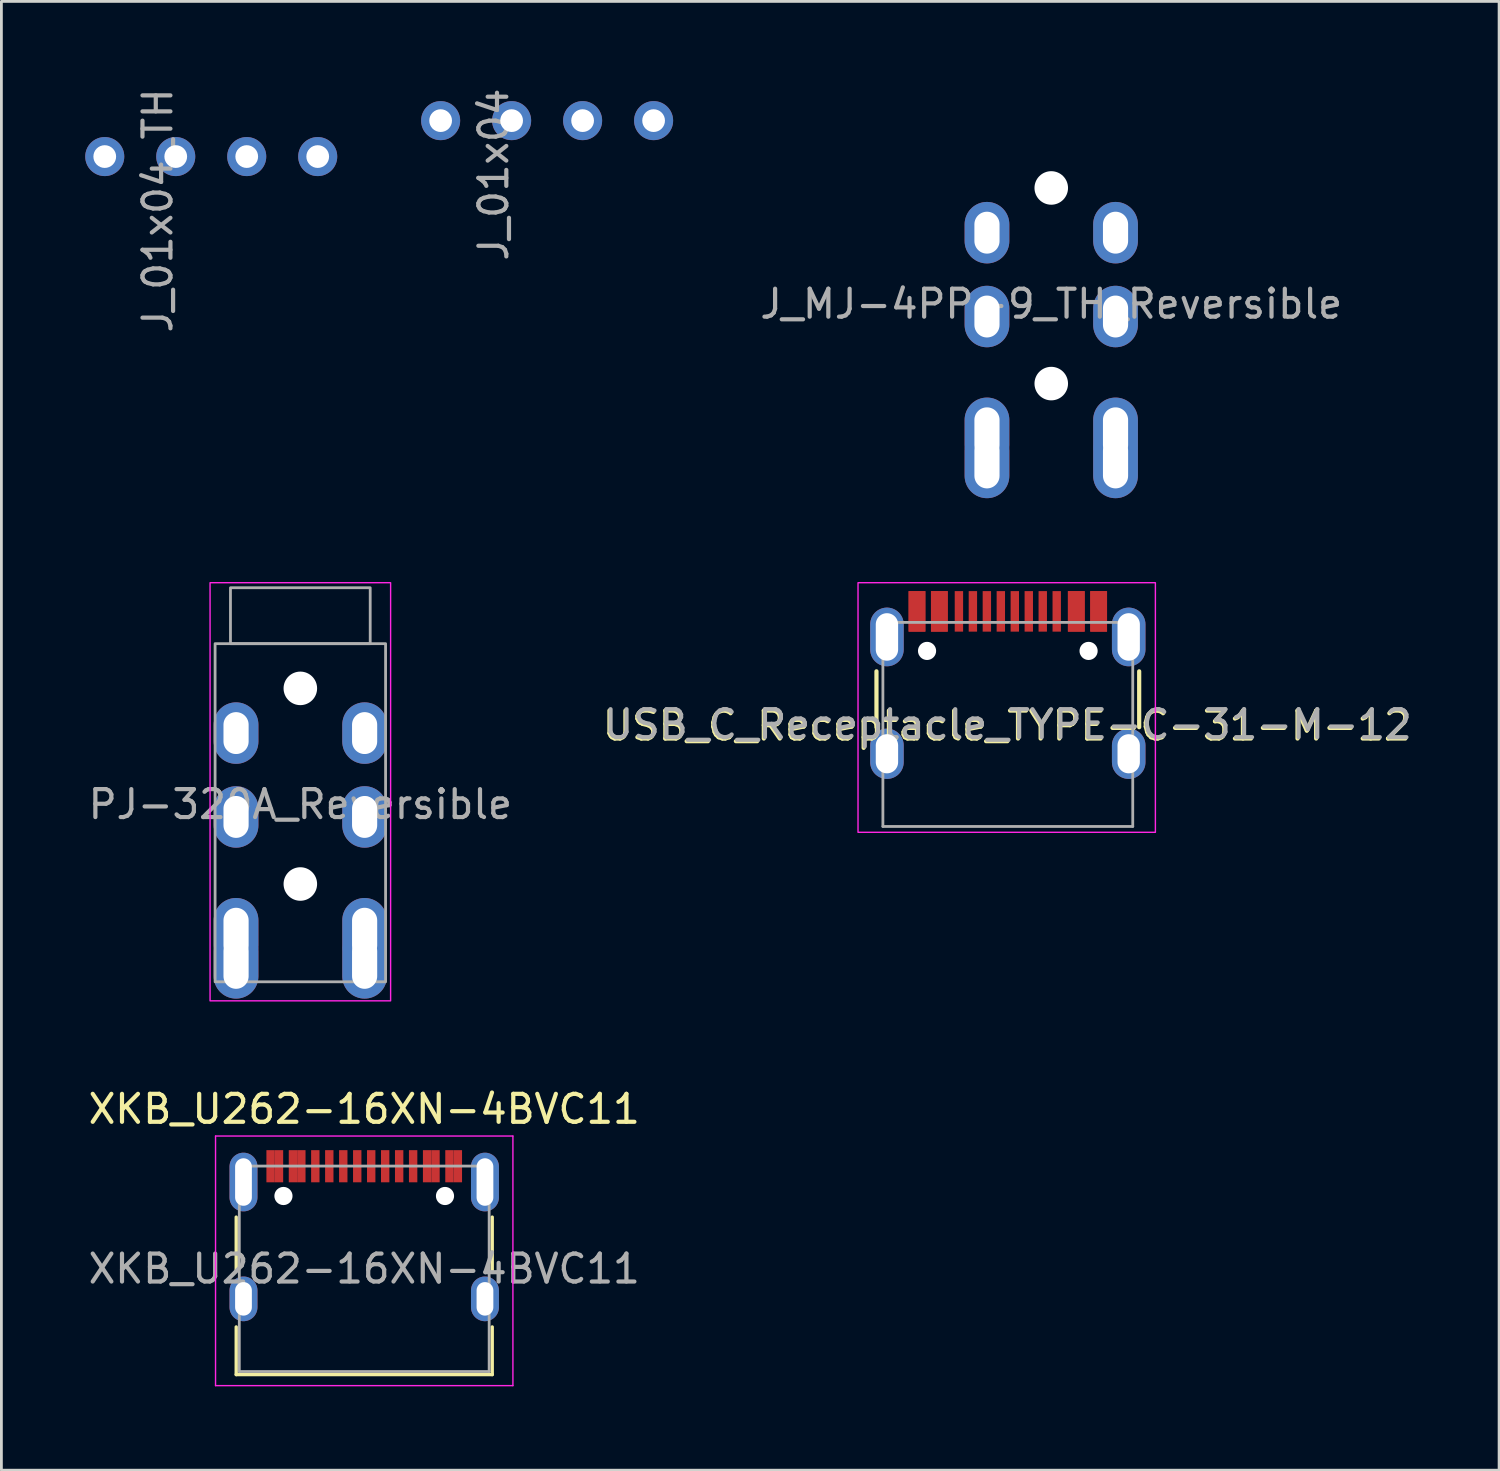
<source format=kicad_pcb>
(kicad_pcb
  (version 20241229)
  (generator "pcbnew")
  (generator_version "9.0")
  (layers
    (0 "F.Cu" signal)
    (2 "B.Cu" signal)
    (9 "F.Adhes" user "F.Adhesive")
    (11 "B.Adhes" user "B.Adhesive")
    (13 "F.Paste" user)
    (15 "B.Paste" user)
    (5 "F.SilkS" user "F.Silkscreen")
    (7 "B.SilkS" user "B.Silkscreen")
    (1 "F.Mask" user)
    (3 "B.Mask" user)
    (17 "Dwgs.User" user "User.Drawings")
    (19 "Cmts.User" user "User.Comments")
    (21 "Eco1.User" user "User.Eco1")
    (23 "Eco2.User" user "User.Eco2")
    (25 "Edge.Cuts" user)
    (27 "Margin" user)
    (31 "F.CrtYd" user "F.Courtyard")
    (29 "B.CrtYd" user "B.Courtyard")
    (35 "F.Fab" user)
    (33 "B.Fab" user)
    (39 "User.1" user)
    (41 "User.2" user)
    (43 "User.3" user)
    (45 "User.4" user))
  (footprint "XKB_U262-16XN-4BVC11"
    (layer "F.Cu")
    (at 9.982 42.348)
    (property "Reference" "XKB_U262-16XN-4BVC11" (at 0 -5.715 0) (layer "F.SilkS") (effects (font (size 1 1) (thickness 0.15))))
    (attr smd)
    (fp_line (start -4.58 -1.85) (end -4.58 0.07) (stroke (width 0.12) (type solid)) (layer "F.SilkS"))
    (fp_line (start -4.58 3.785) (end -4.58 2.08) (stroke (width 0.12) (type solid)) (layer "F.SilkS"))
    (fp_line (start 4.58 0.07) (end 4.58 -1.85) (stroke (width 0.12) (type solid)) (layer "F.SilkS"))
    (fp_line (start 4.58 2.08) (end 4.58 3.785) (stroke (width 0.12) (type solid)) (layer "F.SilkS"))
    (fp_line (start 4.58 3.785) (end -4.58 3.785) (stroke (width 0.12) (type solid)) (layer "F.SilkS"))
    (fp_line (start -5.32 -4.75) (end 5.32 -4.75) (stroke (width 0.05) (type solid)) (layer "F.CrtYd"))
    (fp_line (start -5.32 4.18) (end -5.32 -4.75) (stroke (width 0.05) (type solid)) (layer "F.CrtYd"))
    (fp_line (start 5.32 -4.75) (end 5.32 4.18) (stroke (width 0.05) (type solid)) (layer "F.CrtYd"))
    (fp_line (start 5.32 4.18) (end -5.32 4.18) (stroke (width 0.05) (type solid)) (layer "F.CrtYd"))
    (fp_line (start -4.47 -3.675) (end -4.47 3.675) (stroke (width 0.1) (type solid)) (layer "F.Fab"))
    (fp_line (start -4.47 -3.675) (end 4.47 -3.675) (stroke (width 0.1) (type solid)) (layer "F.Fab"))
    (fp_line (start -4.47 3.675) (end 4.47 3.675) (stroke (width 0.1) (type solid)) (layer "F.Fab"))
    (fp_line (start 4.47 3.675) (end 4.47 -3.675) (stroke (width 0.1) (type solid)) (layer "F.Fab"))
    (fp_text user "${REFERENCE}" (at 0 0 0) (layer "F.Fab") (effects (font (size 1 1) (thickness 0.15))))
    (pad "" np_thru_hole circle (at -2.89 -2.605) (size 0.65 0.65) (drill 0.65) (layers "*.Cu" "*.Mask"))
    (pad "" np_thru_hole circle (at 2.89 -2.605) (size 0.65 0.65) (drill 0.65) (layers "*.Cu" "*.Mask"))
    (pad "A1" smd rect (at -3.35 -3.67) (size 0.3 1.15) (layers "F.Cu" "F.Mask" "F.Paste"))
    (pad "A4" smd rect (at -2.55 -3.67) (size 0.3 1.15) (layers "F.Cu" "F.Mask" "F.Paste"))
    (pad "A5" smd rect (at -1.25 -3.67) (size 0.3 1.15) (layers "F.Cu" "F.Mask" "F.Paste"))
    (pad "A6" smd rect (at -0.25 -3.67) (size 0.3 1.15) (layers "F.Cu" "F.Mask" "F.Paste"))
    (pad "A7" smd rect (at 0.25 -3.67) (size 0.3 1.15) (layers "F.Cu" "F.Mask" "F.Paste"))
    (pad "A8" smd rect (at 1.25 -3.67) (size 0.3 1.15) (layers "F.Cu" "F.Mask" "F.Paste"))
    (pad "A9" smd rect (at 2.55 -3.67) (size 0.3 1.15) (layers "F.Cu" "F.Mask" "F.Paste"))
    (pad "A12" smd rect (at 3.35 -3.67) (size 0.3 1.15) (layers "F.Cu" "F.Mask" "F.Paste"))
    (pad "B1" smd rect (at 3.05 -3.67) (size 0.3 1.15) (layers "F.Cu" "F.Mask" "F.Paste"))
    (pad "B4" smd rect (at 2.25 -3.67) (size 0.3 1.15) (layers "F.Cu" "F.Mask" "F.Paste"))
    (pad "B5" smd rect (at 1.75 -3.67) (size 0.3 1.15) (layers "F.Cu" "F.Mask" "F.Paste"))
    (pad "B6" smd rect (at 0.75 -3.67) (size 0.3 1.15) (layers "F.Cu" "F.Mask" "F.Paste"))
    (pad "B7" smd rect (at -0.75 -3.67) (size 0.3 1.15) (layers "F.Cu" "F.Mask" "F.Paste"))
    (pad "B8" smd rect (at -1.75 -3.67) (size 0.3 1.15) (layers "F.Cu" "F.Mask" "F.Paste"))
    (pad "B9" smd rect (at -2.25 -3.67) (size 0.3 1.15) (layers "F.Cu" "F.Mask" "F.Paste"))
    (pad "B12" smd rect (at -3.05 -3.67) (size 0.3 1.15) (layers "F.Cu" "F.Mask" "F.Paste"))
    (pad "S1" thru_hole oval (at -4.32 -3.105) (size 1 2.1) (drill oval 0.6 1.7) (property pad_prop_heatsink) (layers "*.Cu" "*.Mask"))
    (pad "S1" thru_hole oval (at -4.32 1.075) (size 1 1.6) (drill oval 0.6 1.2) (property pad_prop_heatsink) (layers "*.Cu" "*.Mask"))
    (pad "S1" thru_hole oval (at 4.32 -3.105) (size 1 2.1) (drill oval 0.6 1.7) (property pad_prop_heatsink) (layers "*.Cu" "*.Mask"))
    (pad "S1" thru_hole oval (at 4.32 1.075) (size 1 1.6) (drill oval 0.6 1.2) (property pad_prop_heatsink) (layers "*.Cu" "*.Mask")))
  (footprint "USB_C_Receptacle_TYPE-C-31-M-12"
    (layer "F.Cu")
    (at 33.01 22.87)
    (property "Reference" "USB_C_Receptacle_TYPE-C-31-M-12" (at -0.04 0.05 180) (layer "F.SilkS") (effects (font (size 1 1) (thickness 0.15))))
    (attr smd)
    (fp_line (start -4.7 -1.9) (end -4.7 0.1) (stroke (width 0.15) (type solid)) (layer "F.SilkS"))
    (fp_line (start 4.7 -1.9) (end 4.7 0.1) (stroke (width 0.15) (type solid)) (layer "F.SilkS"))
    (fp_rect (start -5.36 -5.07) (end 5.28 3.86) (stroke (width 0.05) (type solid)) (fill no) (layer "F.CrtYd"))
    (fp_line (start -4.47 -3.65) (end -4.47 3.65) (stroke (width 0.1) (type solid)) (layer "F.Fab"))
    (fp_line (start -4.47 -3.65) (end 4.47 -3.65) (stroke (width 0.1) (type solid)) (layer "F.Fab"))
    (fp_line (start -4.47 3.65) (end 4.47 3.65) (stroke (width 0.1) (type solid)) (layer "F.Fab"))
    (fp_line (start 4.47 -3.65) (end 4.47 3.65) (stroke (width 0.1) (type solid)) (layer "F.Fab"))
    (fp_text user "${REFERENCE}" (at 0 0 180) (layer "F.Fab") (effects (font (size 1 1) (thickness 0.15))))
    (pad "" np_thru_hole circle (at -2.89 -2.63) (size 0.65 0.65) (drill 0.65) (layers "*.Cu" "*.Mask"))
    (pad "" np_thru_hole circle (at 2.89 -2.63) (size 0.65 0.65) (drill 0.65) (layers "*.Cu" "*.Mask"))
    (pad "A1" smd rect (at -3.25 -4.045) (size 0.6 1.45) (layers "F.Cu" "F.Mask" "F.Paste"))
    (pad "A4" smd rect (at -2.45 -4.045) (size 0.6 1.45) (layers "F.Cu" "F.Mask" "F.Paste"))
    (pad "A5" smd rect (at -1.25 -4.045) (size 0.3 1.45) (layers "F.Cu" "F.Mask" "F.Paste"))
    (pad "A6" smd rect (at -0.25 -4.045) (size 0.3 1.45) (layers "F.Cu" "F.Mask" "F.Paste"))
    (pad "A7" smd rect (at 0.25 -4.045) (size 0.3 1.45) (layers "F.Cu" "F.Mask" "F.Paste"))
    (pad "A8" smd rect (at 1.25 -4.045) (size 0.3 1.45) (layers "F.Cu" "F.Mask" "F.Paste"))
    (pad "A9" smd rect (at 2.45 -4.045) (size 0.6 1.45) (layers "F.Cu" "F.Mask" "F.Paste"))
    (pad "A12" smd rect (at 3.25 -4.045) (size 0.6 1.45) (layers "F.Cu" "F.Mask" "F.Paste"))
    (pad "B1" smd rect (at 3.25 -4.045) (size 0.6 1.45) (layers "F.Cu" "F.Mask" "F.Paste"))
    (pad "B4" smd rect (at 2.45 -4.045) (size 0.6 1.45) (layers "F.Cu" "F.Mask" "F.Paste"))
    (pad "B5" smd rect (at 1.75 -4.045) (size 0.3 1.45) (layers "F.Cu" "F.Mask" "F.Paste"))
    (pad "B6" smd rect (at 0.75 -4.045) (size 0.3 1.45) (layers "F.Cu" "F.Mask" "F.Paste"))
    (pad "B7" smd rect (at -0.75 -4.045) (size 0.3 1.45) (layers "F.Cu" "F.Mask" "F.Paste"))
    (pad "B8" smd rect (at -1.75 -4.045) (size 0.3 1.45) (layers "F.Cu" "F.Mask" "F.Paste"))
    (pad "B9" smd rect (at -2.45 -4.045) (size 0.6 1.45) (layers "F.Cu" "F.Mask" "F.Paste"))
    (pad "B12" smd rect (at -3.25 -4.045) (size 0.6 1.45) (layers "F.Cu" "F.Mask" "F.Paste"))
    (pad "S1" thru_hole oval (at -4.325 -3.13) (size 1.2 2.1) (drill oval 0.8 1.7) (layers "*.Cu" "*.Mask"))
    (pad "S1" thru_hole oval (at -4.325 1.05) (size 1.2 1.8) (drill oval 0.8 1.4) (layers "*.Cu" "*.Mask"))
    (pad "S1" thru_hole oval (at 4.325 -3.13) (size 1.2 2.1) (drill oval 0.8 1.7) (layers "*.Cu" "*.Mask"))
    (pad "S1" thru_hole oval (at 4.325 1.05) (size 1.2 1.8) (drill oval 0.8 1.4) (layers "*.Cu" "*.Mask")))
  (footprint "J_01x04"
    (layer "F.Cu")
    (at 16.526 1.266)
    (property "Reference" "J_01x04" (at -1.915 1.93 90) (layer "F.Fab") (effects (font (size 1 1) (thickness 0.15))))
    (attr through_hole)
    (pad "1" thru_hole circle (at -3.81 0) (size 1.397 1.397) (drill 0.813) (layers "*.Cu" "*.Mask"))
    (pad "2" thru_hole circle (at -1.27 0) (size 1.397 1.397) (drill 0.813) (layers "*.Cu" "*.Mask"))
    (pad "3" thru_hole circle (at 1.27 0) (size 1.397 1.397) (drill 0.813) (layers "*.Cu" "*.Mask"))
    (pad "4" thru_hole circle (at 3.81 0) (size 1.397 1.397) (drill 0.813) (layers "*.Cu" "*.Mask")))
  (footprint "J_MJ-4PP-9_TH_Reversible"
    (layer "F.Cu")
    (at 34.564 2.075)
    (property "Reference" "J_MJ-4PP-9_TH_Reversible" (at 0 5.75 180) (layer "F.Fab") (effects (font (size 1 1) (thickness 0.15))))
    (attr through_hole)
    (fp_line (start -3.05 0) (end 3.05 0) (stroke (width 0.15) (type solid)) (layer "Eco1.User"))
    (fp_line (start -3.05 12.1) (end -3.05 0) (stroke (width 0.15) (type solid)) (layer "Eco1.User"))
    (fp_line (start -2.5 -2) (end -2.5 0) (stroke (width 0.15) (type solid)) (layer "Eco1.User"))
    (fp_line (start -2.5 -2) (end 2.5 -2) (stroke (width 0.15) (type solid)) (layer "Eco1.User"))
    (fp_line (start 2.5 -2) (end 2.5 0) (stroke (width 0.15) (type solid)) (layer "Eco1.User"))
    (fp_line (start 3.05 0) (end 3.05 12.1) (stroke (width 0.15) (type solid)) (layer "Eco1.User"))
    (fp_line (start 3.05 12.1) (end -3.05 12.1) (stroke (width 0.15) (type solid)) (layer "Eco1.User"))
    (pad "" np_thru_hole circle (at 0 1.6) (size 1.2 1.2) (drill 1.2) (layers "*.Cu" "*.Mask"))
    (pad "" np_thru_hole circle (at 0 8.6) (size 1.2 1.2) (drill 1.2) (layers "*.Cu" "*.Mask"))
    (pad "R1" thru_hole oval (at -2.3 6.2) (size 1.6 2.2) (drill oval 0.9 1.5) (layers "*.Cu" "*.Mask"))
    (pad "R1" thru_hole oval (at 2.3 6.2) (size 1.6 2.2) (drill oval 0.9 1.5) (layers "*.Cu" "*.Mask"))
    (pad "R2" thru_hole oval (at -2.3 3.2) (size 1.6 2.2) (drill oval 0.9 1.5) (layers "*.Cu" "*.Mask"))
    (pad "R2" thru_hole oval (at 2.3 3.2) (size 1.6 2.2) (drill oval 0.9 1.5) (layers "*.Cu" "*.Mask"))
    (pad "S" thru_hole oval (at -2.3 11.45) (size 1.6 2.5) (drill oval 0.9 1.8) (layers "*.Cu" "*.Mask"))
    (pad "S" thru_hole oval (at 2.3 11.45) (size 1.6 2.5) (drill oval 0.9 1.8) (layers "*.Cu" "*.Mask"))
    (pad "T" thru_hole oval (at -2.3 10.35) (size 1.6 2.5) (drill oval 0.9 1.8) (layers "*.Cu" "*.Mask"))
    (pad "T" thru_hole oval (at 2.3 10.35) (size 1.6 2.5) (drill oval 0.9 1.8) (layers "*.Cu" "*.Mask")))
  (footprint "PJ-320A_Reversible"
    (layer "F.Cu")
    (at 7.696 25.73)
    (property "Reference" "PJ-320A_Reversible" (at 0 0 180) (layer "F.Fab") (effects (font (size 1 1) (thickness 0.15))))
    (attr through_hole)
    (fp_rect (start -3.23 -7.93) (end 3.23 7.03) (stroke (width 0.05) (type default)) (fill no) (layer "F.CrtYd"))
    (fp_rect (start -3.05 -5.75) (end 3.05 6.35) (stroke (width 0.1) (type solid)) (fill no) (layer "F.Fab"))
    (fp_rect (start -2.5 -7.75) (end 2.5 -5.75) (stroke (width 0.1) (type solid)) (fill no) (layer "F.Fab"))
    (pad "" np_thru_hole circle (at 0 -4.15) (size 1.2 1.2) (drill 1.2) (layers "*.Cu" "*.Mask"))
    (pad "" np_thru_hole circle (at 0 2.85) (size 1.2 1.2) (drill 1.2) (layers "*.Cu" "*.Mask"))
    (pad "R1" thru_hole oval (at -2.3 0.45) (size 1.6 2.2) (drill oval 0.9 1.5) (layers "*.Cu" "*.Mask"))
    (pad "R1" thru_hole oval (at 2.3 0.45) (size 1.6 2.2) (drill oval 0.9 1.5) (layers "*.Cu" "*.Mask"))
    (pad "R2" thru_hole oval (at -2.3 -2.55) (size 1.6 2.2) (drill oval 0.9 1.5) (layers "*.Cu" "*.Mask"))
    (pad "R2" thru_hole oval (at 2.3 -2.55) (size 1.6 2.2) (drill oval 0.9 1.5) (layers "*.Cu" "*.Mask"))
    (pad "S" thru_hole oval (at -2.3 5.7) (size 1.6 2.5) (drill oval 0.9 1.8) (layers "*.Cu" "*.Mask"))
    (pad "S" thru_hole oval (at 2.3 5.7) (size 1.6 2.5) (drill oval 0.9 1.8) (layers "*.Cu" "*.Mask"))
    (pad "T" thru_hole oval (at -2.3 4.6) (size 1.6 2.5) (drill oval 0.9 1.8) (layers "*.Cu" "*.Mask"))
    (pad "T" thru_hole oval (at 2.3 4.6) (size 1.6 2.5) (drill oval 0.9 1.8) (layers "*.Cu" "*.Mask")))
  (footprint "J_01x04_TH"
    (layer "F.Cu")
    (at 4.508 2.552)
    (property "Reference" "J_01x04_TH" (at -1.915 1.93 90) (layer "F.Fab") (effects (font (size 1 1) (thickness 0.15))))
    (attr through_hole)
    (pad "1" thru_hole circle (at -3.81 0) (size 1.397 1.397) (drill 0.813) (layers "*.Cu" "*.Mask"))
    (pad "2" thru_hole circle (at -1.27 0) (size 1.397 1.397) (drill 0.813) (layers "*.Cu" "*.Mask"))
    (pad "3" thru_hole circle (at 1.27 0) (size 1.397 1.397) (drill 0.813) (layers "*.Cu" "*.Mask"))
    (pad "4" thru_hole circle (at 3.81 0) (size 1.397 1.397) (drill 0.813) (layers "*.Cu" "*.Mask")))
  (gr_rect
    (start -3 -3)
    (end 50.588 49.553)
    (stroke (width 0.1) (type default))
    (fill no)
    (layer "Edge.Cuts")))
</source>
